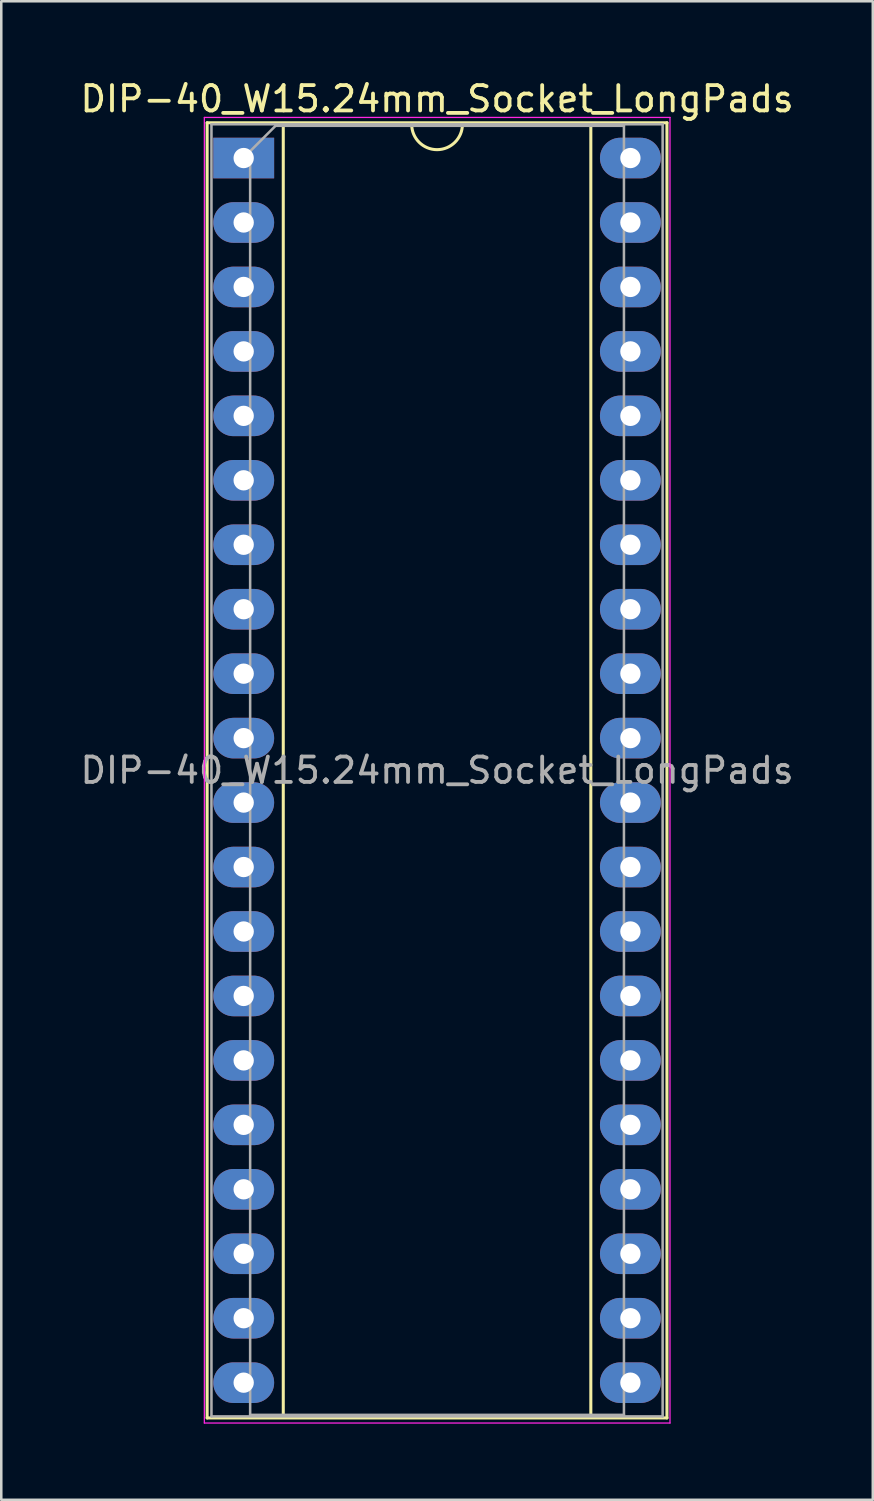
<source format=kicad_pcb>
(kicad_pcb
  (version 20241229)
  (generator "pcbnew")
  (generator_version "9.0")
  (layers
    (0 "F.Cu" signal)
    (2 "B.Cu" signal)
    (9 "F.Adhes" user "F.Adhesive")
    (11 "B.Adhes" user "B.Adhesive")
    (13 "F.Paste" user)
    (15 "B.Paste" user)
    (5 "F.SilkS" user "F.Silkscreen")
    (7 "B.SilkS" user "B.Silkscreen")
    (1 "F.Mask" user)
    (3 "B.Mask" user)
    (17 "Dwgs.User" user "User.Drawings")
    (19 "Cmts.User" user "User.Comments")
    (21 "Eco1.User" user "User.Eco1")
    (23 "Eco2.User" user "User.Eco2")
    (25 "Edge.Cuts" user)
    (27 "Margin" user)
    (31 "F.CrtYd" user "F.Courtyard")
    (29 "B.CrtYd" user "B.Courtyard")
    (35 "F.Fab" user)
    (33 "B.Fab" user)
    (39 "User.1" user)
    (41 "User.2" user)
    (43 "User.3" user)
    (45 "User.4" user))
  (footprint "DIP-40_W15.24mm_Socket_LongPads"
    (layer "F.Cu")
    (at 6.553 3.178)
    (property "Reference" "DIP-40_W15.24mm_Socket_LongPads" (at 7.62 -2.33 180) (layer "F.SilkS") (effects (font (size 1 1) (thickness 0.15))))
    (attr through_hole)
    (fp_line (start -1.44 -1.39) (end -1.44 49.65) (stroke (width 0.12) (type solid)) (layer "F.SilkS"))
    (fp_line (start -1.44 49.65) (end 16.68 49.65) (stroke (width 0.12) (type solid)) (layer "F.SilkS"))
    (fp_line (start 1.56 -1.33) (end 1.56 49.59) (stroke (width 0.12) (type solid)) (layer "F.SilkS"))
    (fp_line (start 1.56 49.59) (end 13.68 49.59) (stroke (width 0.12) (type solid)) (layer "F.SilkS"))
    (fp_line (start 6.62 -1.33) (end 1.56 -1.33) (stroke (width 0.12) (type solid)) (layer "F.SilkS"))
    (fp_line (start 13.68 -1.33) (end 8.62 -1.33) (stroke (width 0.12) (type solid)) (layer "F.SilkS"))
    (fp_line (start 13.68 49.59) (end 13.68 -1.33) (stroke (width 0.12) (type solid)) (layer "F.SilkS"))
    (fp_line (start 16.68 -1.39) (end -1.44 -1.39) (stroke (width 0.12) (type solid)) (layer "F.SilkS"))
    (fp_line (start 16.68 49.65) (end 16.68 -1.39) (stroke (width 0.12) (type solid)) (layer "F.SilkS"))
    (fp_arc (start 8.62 -1.33) (mid 7.62 -0.33) (end 6.62 -1.33) (stroke (width 0.12) (type solid)) (layer "F.SilkS"))
    (fp_line (start -1.55 -1.6) (end -1.55 49.85) (stroke (width 0.05) (type solid)) (layer "F.CrtYd"))
    (fp_line (start -1.55 49.85) (end 16.8 49.85) (stroke (width 0.05) (type solid)) (layer "F.CrtYd"))
    (fp_line (start 16.8 -1.6) (end -1.55 -1.6) (stroke (width 0.05) (type solid)) (layer "F.CrtYd"))
    (fp_line (start 16.8 49.85) (end 16.8 -1.6) (stroke (width 0.05) (type solid)) (layer "F.CrtYd"))
    (fp_line (start -1.27 -1.33) (end -1.27 49.59) (stroke (width 0.1) (type solid)) (layer "F.Fab"))
    (fp_line (start -1.27 49.59) (end 16.51 49.59) (stroke (width 0.1) (type solid)) (layer "F.Fab"))
    (fp_line (start 0.255 -0.27) (end 1.255 -1.27) (stroke (width 0.1) (type solid)) (layer "F.Fab"))
    (fp_line (start 0.255 49.53) (end 0.255 -0.27) (stroke (width 0.1) (type solid)) (layer "F.Fab"))
    (fp_line (start 1.255 -1.27) (end 14.985 -1.27) (stroke (width 0.1) (type solid)) (layer "F.Fab"))
    (fp_line (start 14.985 -1.27) (end 14.985 49.53) (stroke (width 0.1) (type solid)) (layer "F.Fab"))
    (fp_line (start 14.985 49.53) (end 0.255 49.53) (stroke (width 0.1) (type solid)) (layer "F.Fab"))
    (fp_line (start 16.51 -1.33) (end -1.27 -1.33) (stroke (width 0.1) (type solid)) (layer "F.Fab"))
    (fp_line (start 16.51 49.59) (end 16.51 -1.33) (stroke (width 0.1) (type solid)) (layer "F.Fab"))
    (fp_text user "${REFERENCE}" (at 7.62 24.13 180) (layer "F.Fab") (effects (font (size 1 1) (thickness 0.15))))
    (pad "1" thru_hole rect (at 0 0) (size 2.4 1.6) (drill 0.8) (layers "*.Cu" "*.Mask"))
    (pad "2" thru_hole oval (at 0 2.54) (size 2.4 1.6) (drill 0.8) (layers "*.Cu" "*.Mask"))
    (pad "3" thru_hole oval (at 0 5.08) (size 2.4 1.6) (drill 0.8) (layers "*.Cu" "*.Mask"))
    (pad "4" thru_hole oval (at 0 7.62) (size 2.4 1.6) (drill 0.8) (layers "*.Cu" "*.Mask"))
    (pad "5" thru_hole oval (at 0 10.16) (size 2.4 1.6) (drill 0.8) (layers "*.Cu" "*.Mask"))
    (pad "6" thru_hole oval (at 0 12.7) (size 2.4 1.6) (drill 0.8) (layers "*.Cu" "*.Mask"))
    (pad "7" thru_hole oval (at 0 15.24) (size 2.4 1.6) (drill 0.8) (layers "*.Cu" "*.Mask"))
    (pad "8" thru_hole oval (at 0 17.78) (size 2.4 1.6) (drill 0.8) (layers "*.Cu" "*.Mask"))
    (pad "9" thru_hole oval (at 0 20.32) (size 2.4 1.6) (drill 0.8) (layers "*.Cu" "*.Mask"))
    (pad "10" thru_hole oval (at 0 22.86) (size 2.4 1.6) (drill 0.8) (layers "*.Cu" "*.Mask"))
    (pad "11" thru_hole oval (at 0 25.4) (size 2.4 1.6) (drill 0.8) (layers "*.Cu" "*.Mask"))
    (pad "12" thru_hole oval (at 0 27.94) (size 2.4 1.6) (drill 0.8) (layers "*.Cu" "*.Mask"))
    (pad "13" thru_hole oval (at 0 30.48) (size 2.4 1.6) (drill 0.8) (layers "*.Cu" "*.Mask"))
    (pad "14" thru_hole oval (at 0 33.02) (size 2.4 1.6) (drill 0.8) (layers "*.Cu" "*.Mask"))
    (pad "15" thru_hole oval (at 0 35.56) (size 2.4 1.6) (drill 0.8) (layers "*.Cu" "*.Mask"))
    (pad "16" thru_hole oval (at 0 38.1) (size 2.4 1.6) (drill 0.8) (layers "*.Cu" "*.Mask"))
    (pad "17" thru_hole oval (at 0 40.64) (size 2.4 1.6) (drill 0.8) (layers "*.Cu" "*.Mask"))
    (pad "18" thru_hole oval (at 0 43.18) (size 2.4 1.6) (drill 0.8) (layers "*.Cu" "*.Mask"))
    (pad "19" thru_hole oval (at 0 45.72) (size 2.4 1.6) (drill 0.8) (layers "*.Cu" "*.Mask"))
    (pad "20" thru_hole oval (at 0 48.26) (size 2.4 1.6) (drill 0.8) (layers "*.Cu" "*.Mask"))
    (pad "21" thru_hole oval (at 15.24 48.26) (size 2.4 1.6) (drill 0.8) (layers "*.Cu" "*.Mask"))
    (pad "22" thru_hole oval (at 15.24 45.72) (size 2.4 1.6) (drill 0.8) (layers "*.Cu" "*.Mask"))
    (pad "23" thru_hole oval (at 15.24 43.18) (size 2.4 1.6) (drill 0.8) (layers "*.Cu" "*.Mask"))
    (pad "24" thru_hole oval (at 15.24 40.64) (size 2.4 1.6) (drill 0.8) (layers "*.Cu" "*.Mask"))
    (pad "25" thru_hole oval (at 15.24 38.1) (size 2.4 1.6) (drill 0.8) (layers "*.Cu" "*.Mask"))
    (pad "26" thru_hole oval (at 15.24 35.56) (size 2.4 1.6) (drill 0.8) (layers "*.Cu" "*.Mask"))
    (pad "27" thru_hole oval (at 15.24 33.02) (size 2.4 1.6) (drill 0.8) (layers "*.Cu" "*.Mask"))
    (pad "28" thru_hole oval (at 15.24 30.48) (size 2.4 1.6) (drill 0.8) (layers "*.Cu" "*.Mask"))
    (pad "29" thru_hole oval (at 15.24 27.94) (size 2.4 1.6) (drill 0.8) (layers "*.Cu" "*.Mask"))
    (pad "30" thru_hole oval (at 15.24 25.4) (size 2.4 1.6) (drill 0.8) (layers "*.Cu" "*.Mask"))
    (pad "31" thru_hole oval (at 15.24 22.86) (size 2.4 1.6) (drill 0.8) (layers "*.Cu" "*.Mask"))
    (pad "32" thru_hole oval (at 15.24 20.32) (size 2.4 1.6) (drill 0.8) (layers "*.Cu" "*.Mask"))
    (pad "33" thru_hole oval (at 15.24 17.78) (size 2.4 1.6) (drill 0.8) (layers "*.Cu" "*.Mask"))
    (pad "34" thru_hole oval (at 15.24 15.24) (size 2.4 1.6) (drill 0.8) (layers "*.Cu" "*.Mask"))
    (pad "35" thru_hole oval (at 15.24 12.7) (size 2.4 1.6) (drill 0.8) (layers "*.Cu" "*.Mask"))
    (pad "36" thru_hole oval (at 15.24 10.16) (size 2.4 1.6) (drill 0.8) (layers "*.Cu" "*.Mask"))
    (pad "37" thru_hole oval (at 15.24 7.62) (size 2.4 1.6) (drill 0.8) (layers "*.Cu" "*.Mask"))
    (pad "38" thru_hole oval (at 15.24 5.08) (size 2.4 1.6) (drill 0.8) (layers "*.Cu" "*.Mask"))
    (pad "39" thru_hole oval (at 15.24 2.54) (size 2.4 1.6) (drill 0.8) (layers "*.Cu" "*.Mask"))
    (pad "40" thru_hole oval (at 15.24 0) (size 2.4 1.6) (drill 0.8) (layers "*.Cu" "*.Mask")))
  (gr_rect
    (start -3 -3)
    (end 31.345 56.053)
    (stroke (width 0.1) (type default))
    (fill no)
    (layer "Edge.Cuts")))
</source>
